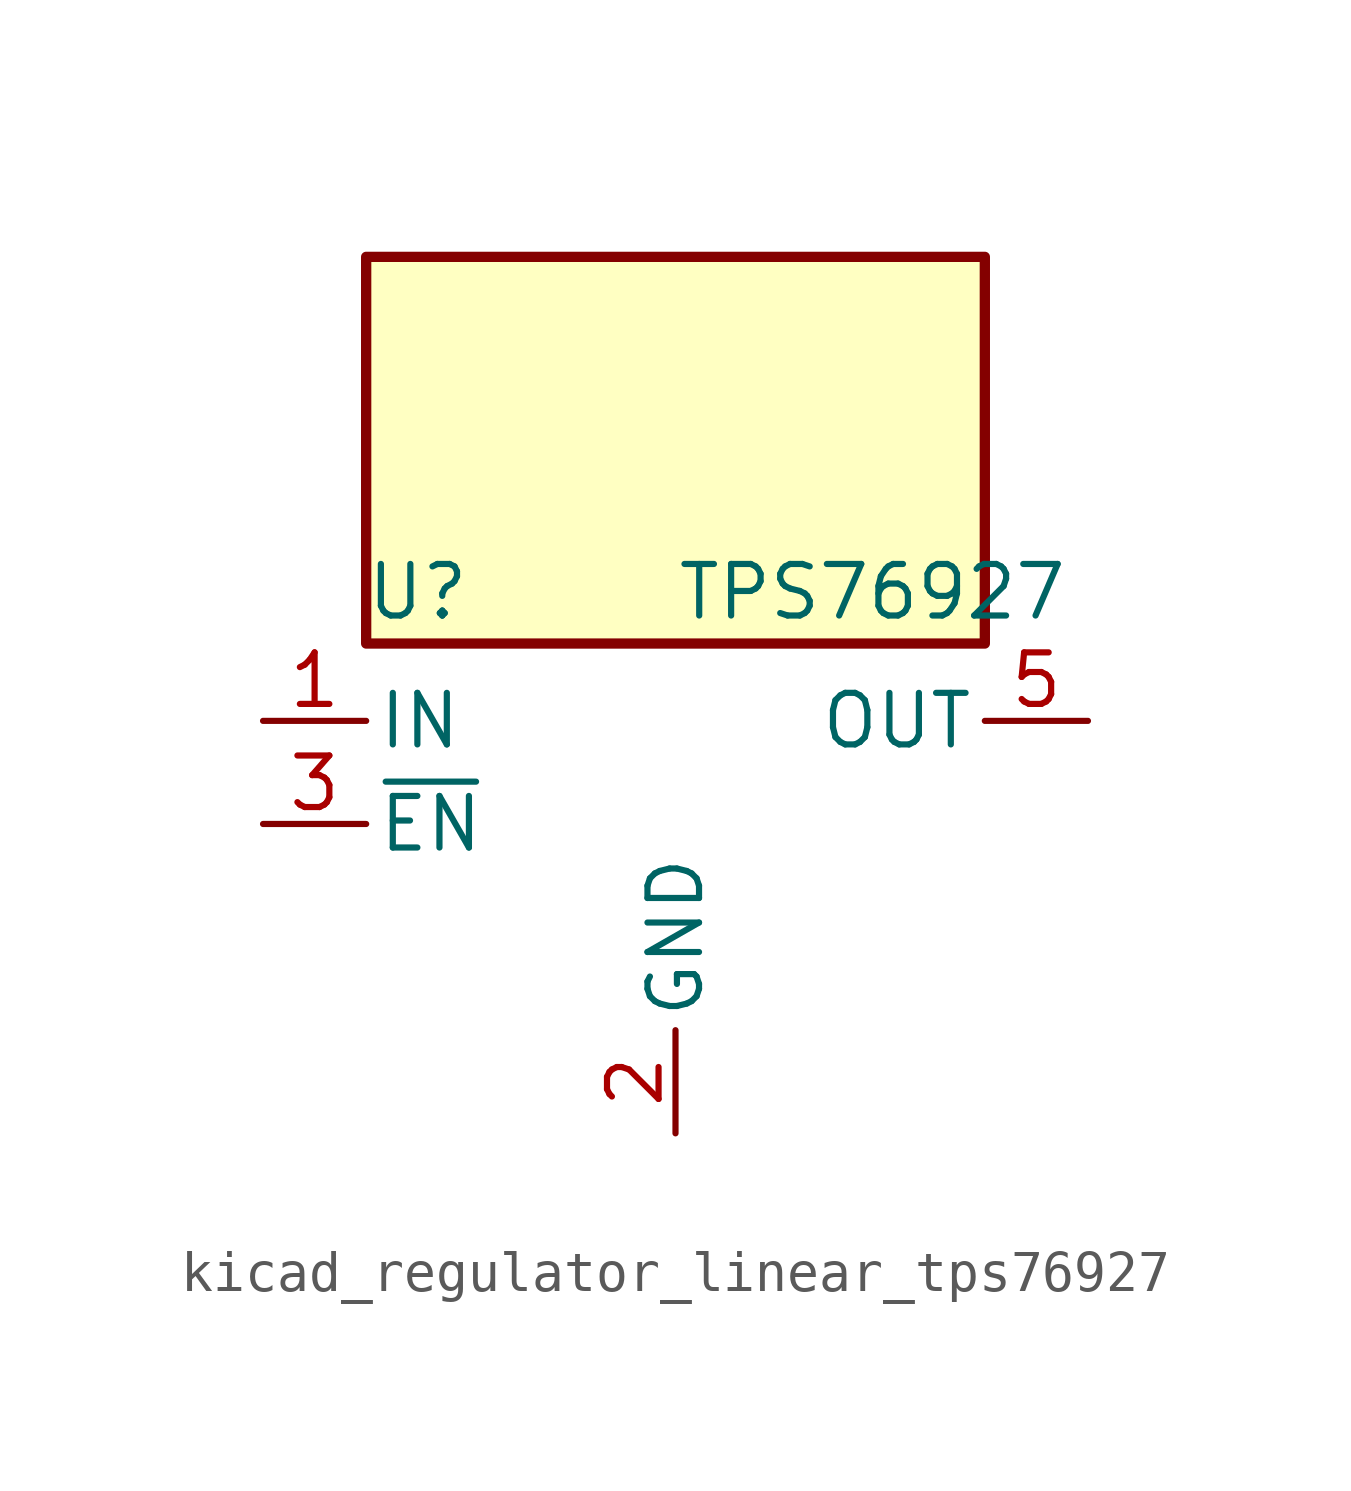
<source format=kicad_sym>
(kicad_symbol_lib
  (version 20220914)
  (generator kicad_symbol_editor)
  (symbol "kicad_regulator_linear_tps76927"
    (pin_names
      (offset 0.254))
    (property "Reference" "U"
      (at -6.35 5.715 0)
      (effects (font (size 1.27 1.27))))
    (property "Value" "TPS76927"
      (at 0 5.715 0)
      (effects (font (size 1.27 1.27)) (justify left)))
    (symbol "kicad_regulator_linear_tps76927_0_1"
      (rectangle (start 7.62 13.97) (end -7.62 4.445) (stroke (width 0.254) (type default)) (fill (type background))))
    (symbol "kicad_regulator_linear_tps76927_1_1"
      (pin power_in line (at -10.16 2.54 0) (length 2.54) (name "IN" (effects (font (size 1.27 1.27)))) (number "1" (effects (font (size 1.27 1.27)))))
      (pin power_in line (at 0 -7.62 90) (length 2.54) (name "GND" (effects (font (size 1.27 1.27)))) (number "2" (effects (font (size 1.27 1.27)))))
      (pin input line (at -10.16 0 0) (length 2.54) (name "~{EN}" (effects (font (size 1.27 1.27)))) (number "3" (effects (font (size 1.27 1.27)))))
      (pin no_connect line (at 7.62 0 180) (length 2.54) hide (name "NC" (effects (font (size 1.27 1.27)))) (number "4" (effects (font (size 1.27 1.27)))))
      (pin power_out line (at 10.16 2.54 180) (length 2.54) (name "OUT" (effects (font (size 1.27 1.27)))) (number "5" (effects (font (size 1.27 1.27))))))))
</source>
